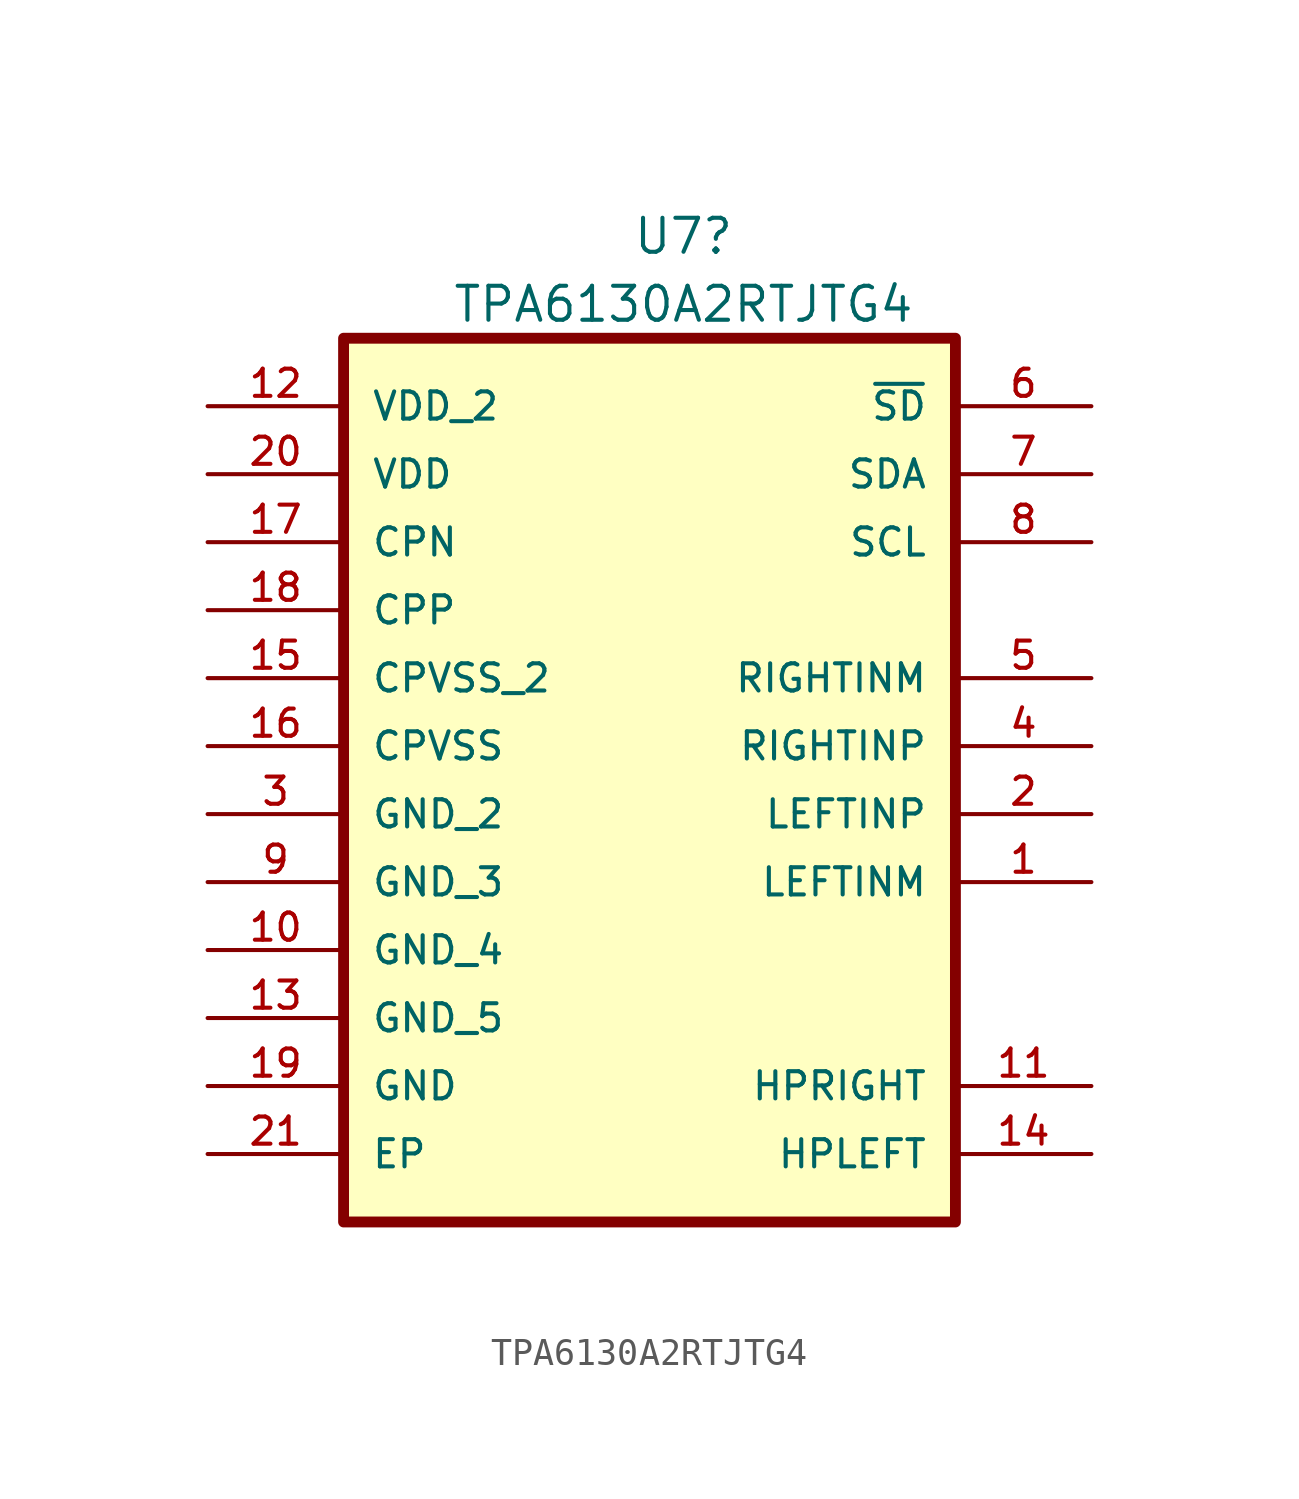
<source format=kicad_sym>
(kicad_symbol_lib
  (version 20211014)
  (generator kicad_symbol_editor)
  (symbol "TPA6130A2RTJTG4"
    (pin_names
      (offset 1.016))
    (property "Reference" "U7"
      (at 12.7 36.83 0)
      (effects (font (size 1.27 1.27))))
    (property "Value" "TPA6130A2RTJTG4"
      (at 12.7 34.29 0)
      (effects (font (size 1.27 1.27))))
    (property "ki_locked" ""
      (at 0 0 0)
      (effects (font (size 1.27 1.27))))
    (symbol "TPA6130A2RTJTG4_0_0"
      (rectangle (start 0 33.02) (end 22.86 0) (stroke (width 0.406) (type default) (color 0 0 0 0)) (fill (type background)))
      (pin input line (at 27.94 12.7 180) (length 5.08) (name "LEFTINM" (effects (font (size 1.016 1.016)))) (number "1" (effects (font (size 1.016 1.016)))))
      (pin passive line (at -5.08 10.16 0) (length 5.08) (name "GND_4" (effects (font (size 1.016 1.016)))) (number "10" (effects (font (size 1.016 1.016)))))
      (pin output line (at 27.94 5.08 180) (length 5.08) (name "HPRIGHT" (effects (font (size 1.016 1.016)))) (number "11" (effects (font (size 1.016 1.016)))))
      (pin power_in line (at -5.08 30.48 0) (length 5.08) (name "VDD_2" (effects (font (size 1.016 1.016)))) (number "12" (effects (font (size 1.016 1.016)))))
      (pin passive line (at -5.08 7.62 0) (length 5.08) (name "GND_5" (effects (font (size 1.016 1.016)))) (number "13" (effects (font (size 1.016 1.016)))))
      (pin output line (at 27.94 2.54 180) (length 5.08) (name "HPLEFT" (effects (font (size 1.016 1.016)))) (number "14" (effects (font (size 1.016 1.016)))))
      (pin power_in line (at -5.08 20.32 0) (length 5.08) (name "CPVSS_2" (effects (font (size 1.016 1.016)))) (number "15" (effects (font (size 1.016 1.016)))))
      (pin power_in line (at -5.08 17.78 0) (length 5.08) (name "CPVSS" (effects (font (size 1.016 1.016)))) (number "16" (effects (font (size 1.016 1.016)))))
      (pin power_in line (at -5.08 25.4 0) (length 5.08) (name "CPN" (effects (font (size 1.016 1.016)))) (number "17" (effects (font (size 1.016 1.016)))))
      (pin power_in line (at -5.08 22.86 0) (length 5.08) (name "CPP" (effects (font (size 1.016 1.016)))) (number "18" (effects (font (size 1.016 1.016)))))
      (pin passive line (at -5.08 5.08 0) (length 5.08) (name "GND" (effects (font (size 1.016 1.016)))) (number "19" (effects (font (size 1.016 1.016)))))
      (pin input line (at 27.94 15.24 180) (length 5.08) (name "LEFTINP" (effects (font (size 1.016 1.016)))) (number "2" (effects (font (size 1.016 1.016)))))
      (pin power_in line (at -5.08 27.94 0) (length 5.08) (name "VDD" (effects (font (size 1.016 1.016)))) (number "20" (effects (font (size 1.016 1.016)))))
      (pin passive line (at -5.08 2.54 0) (length 5.08) (name "EP" (effects (font (size 1.016 1.016)))) (number "21" (effects (font (size 1.016 1.016)))))
      (pin passive line (at -5.08 15.24 0) (length 5.08) (name "GND_2" (effects (font (size 1.016 1.016)))) (number "3" (effects (font (size 1.016 1.016)))))
      (pin input line (at 27.94 17.78 180) (length 5.08) (name "RIGHTINP" (effects (font (size 1.016 1.016)))) (number "4" (effects (font (size 1.016 1.016)))))
      (pin input line (at 27.94 20.32 180) (length 5.08) (name "RIGHTINM" (effects (font (size 1.016 1.016)))) (number "5" (effects (font (size 1.016 1.016)))))
      (pin input line (at 27.94 30.48 180) (length 5.08) (name "~{SD}" (effects (font (size 1.016 1.016)))) (number "6" (effects (font (size 1.016 1.016)))))
      (pin bidirectional line (at 27.94 27.94 180) (length 5.08) (name "SDA" (effects (font (size 1.016 1.016)))) (number "7" (effects (font (size 1.016 1.016)))))
      (pin input line (at 27.94 25.4 180) (length 5.08) (name "SCL" (effects (font (size 1.016 1.016)))) (number "8" (effects (font (size 1.016 1.016)))))
      (pin passive line (at -5.08 12.7 0) (length 5.08) (name "GND_3" (effects (font (size 1.016 1.016)))) (number "9" (effects (font (size 1.016 1.016))))))))
</source>
